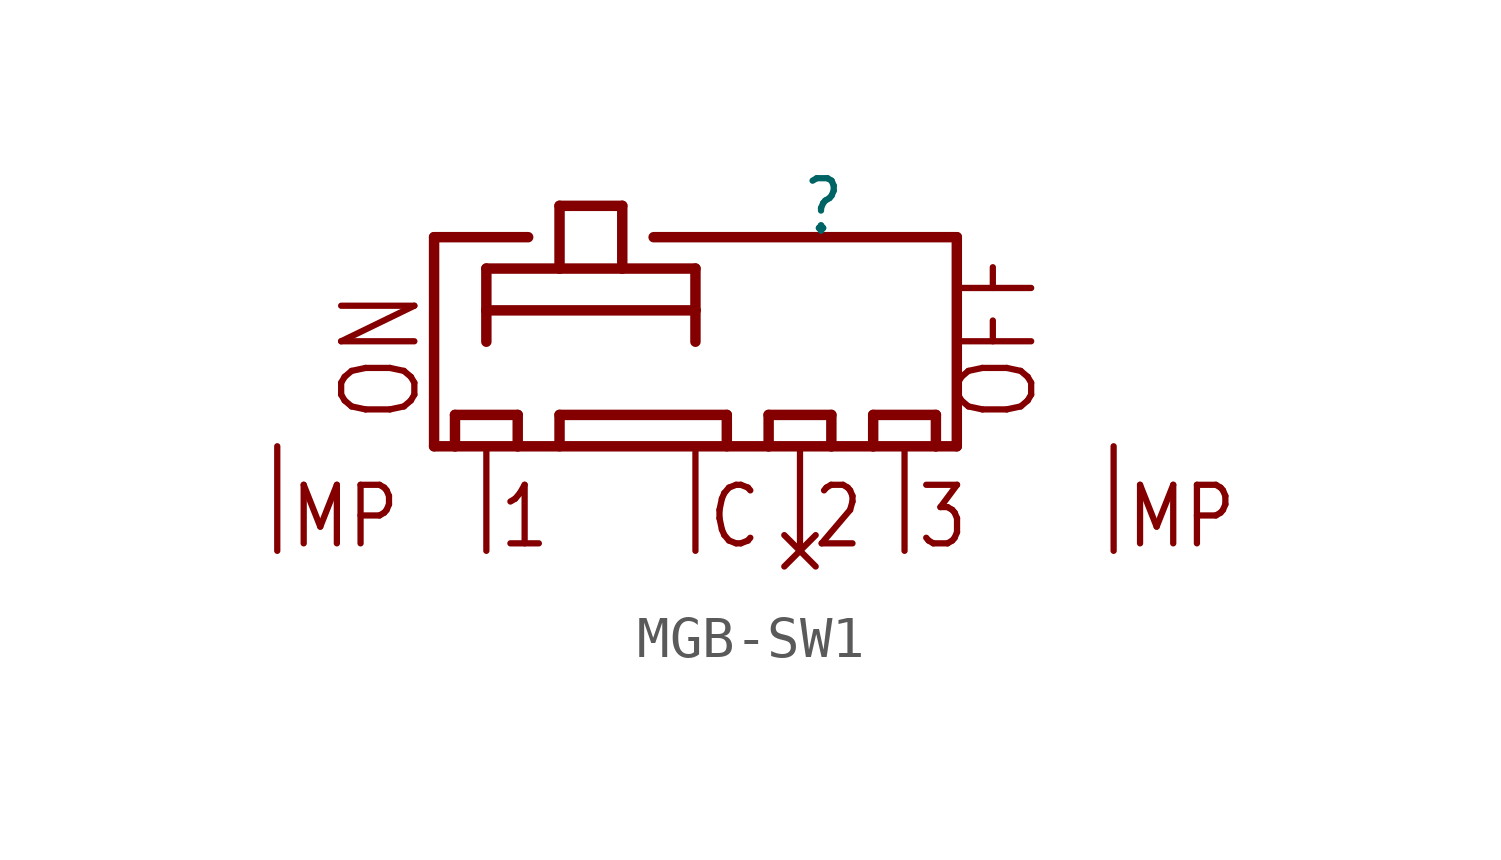
<source format=kicad_sym>
(kicad_symbol_lib
  (version 20241209)
  (generator "kicad_symbol_editor")
  (generator_version "9.0")
  (symbol "MGB-SW1"
    (property "Reference" ""
      (at 7.62 0 0)
      (effects (font (size 1.27 1.079)) (justify left bottom)))
    (property "ki_locked" ""
      (at 0 0 0)
      (effects (font (size 1.27 1.27))))
    (symbol "MGB-SW1_1_0"
      (polyline (pts (xy -1.27 0) (xy -1.27 -5.08)) (stroke (width 0.254) (type solid)) (fill (type none)))
      (polyline (pts (xy -1.27 0) (xy 1.016 0)) (stroke (width 0.254) (type solid)) (fill (type none)))
      (polyline (pts (xy -1.27 -5.08) (xy -0.762 -5.08)) (stroke (width 0.254) (type solid)) (fill (type none)))
      (polyline (pts (xy -0.762 -4.318) (xy 0.762 -4.318)) (stroke (width 0.254) (type solid)) (fill (type none)))
      (polyline (pts (xy -0.762 -5.08) (xy -0.762 -4.318)) (stroke (width 0.254) (type solid)) (fill (type none)))
      (polyline (pts (xy -0.762 -5.08) (xy 0.762 -5.08)) (stroke (width 0.254) (type solid)) (fill (type none)))
      (polyline (pts (xy 0 -0.762) (xy 1.778 -0.762)) (stroke (width 0.254) (type solid)) (fill (type none)))
      (polyline (pts (xy 0 -1.778) (xy 0 -0.762)) (stroke (width 0.254) (type solid)) (fill (type none)))
      (polyline (pts (xy 0 -1.778) (xy 5.08 -1.778)) (stroke (width 0.254) (type solid)) (fill (type none)))
      (polyline (pts (xy 0 -2.54) (xy 0 -1.778)) (stroke (width 0.254) (type solid)) (fill (type none)))
      (polyline (pts (xy 0.762 -4.318) (xy 0.762 -5.08)) (stroke (width 0.254) (type solid)) (fill (type none)))
      (polyline (pts (xy 0.762 -5.08) (xy 6.858 -5.08)) (stroke (width 0.254) (type solid)) (fill (type none)))
      (polyline (pts (xy 1.778 0.762) (xy 3.302 0.762)) (stroke (width 0.254) (type solid)) (fill (type none)))
      (polyline (pts (xy 1.778 -0.762) (xy 1.778 0.762)) (stroke (width 0.254) (type solid)) (fill (type none)))
      (polyline (pts (xy 1.778 -0.762) (xy 3.302 -0.762)) (stroke (width 0.254) (type solid)) (fill (type none)))
      (polyline (pts (xy 1.778 -4.318) (xy 5.842 -4.318)) (stroke (width 0.254) (type solid)) (fill (type none)))
      (polyline (pts (xy 1.778 -5.08) (xy 1.778 -4.318)) (stroke (width 0.254) (type solid)) (fill (type none)))
      (polyline (pts (xy 3.302 0.762) (xy 3.302 -0.762)) (stroke (width 0.254) (type solid)) (fill (type none)))
      (polyline (pts (xy 3.302 -0.762) (xy 5.08 -0.762)) (stroke (width 0.254) (type solid)) (fill (type none)))
      (polyline (pts (xy 4.064 0) (xy 11.43 0)) (stroke (width 0.254) (type solid)) (fill (type none)))
      (polyline (pts (xy 5.08 -0.762) (xy 5.08 -1.778)) (stroke (width 0.254) (type solid)) (fill (type none)))
      (polyline (pts (xy 5.08 -1.778) (xy 5.08 -2.54)) (stroke (width 0.254) (type solid)) (fill (type none)))
      (polyline (pts (xy 5.842 -4.318) (xy 5.842 -5.08)) (stroke (width 0.254) (type solid)) (fill (type none)))
      (polyline (pts (xy 6.858 -4.318) (xy 8.382 -4.318)) (stroke (width 0.254) (type solid)) (fill (type none)))
      (polyline (pts (xy 6.858 -5.08) (xy 6.858 -4.318)) (stroke (width 0.254) (type solid)) (fill (type none)))
      (polyline (pts (xy 6.858 -5.08) (xy 8.382 -5.08)) (stroke (width 0.254) (type solid)) (fill (type none)))
      (polyline (pts (xy 8.382 -4.318) (xy 8.382 -5.08)) (stroke (width 0.254) (type solid)) (fill (type none)))
      (polyline (pts (xy 8.382 -5.08) (xy 9.398 -5.08)) (stroke (width 0.254) (type solid)) (fill (type none)))
      (polyline (pts (xy 9.398 -4.318) (xy 10.922 -4.318)) (stroke (width 0.254) (type solid)) (fill (type none)))
      (polyline (pts (xy 9.398 -5.08) (xy 9.398 -4.318)) (stroke (width 0.254) (type solid)) (fill (type none)))
      (polyline (pts (xy 9.398 -5.08) (xy 10.922 -5.08)) (stroke (width 0.254) (type solid)) (fill (type none)))
      (polyline (pts (xy 10.922 -4.318) (xy 10.922 -5.08)) (stroke (width 0.254) (type solid)) (fill (type none)))
      (polyline (pts (xy 10.922 -5.08) (xy 11.43 -5.08)) (stroke (width 0.254) (type solid)) (fill (type none)))
      (polyline (pts (xy 11.43 -5.08) (xy 11.43 0)) (stroke (width 0.254) (type solid)) (fill (type none)))
      (text "MP" (at -4.826 -7.62 0) (effects (font (size 1.422 1.209)) (justify left bottom)))
      (text "ON" (at -1.524 -4.572 900) (effects (font (size 1.778 1.511)) (justify left bottom)))
      (text "1" (at 0.254 -7.62 0) (effects (font (size 1.422 1.209)) (justify left bottom)))
      (text "C" (at 5.334 -7.62 0) (effects (font (size 1.422 1.209)) (justify left bottom)))
      (text "2" (at 7.874 -7.62 0) (effects (font (size 1.422 1.209)) (justify left bottom)))
      (text "3" (at 10.414 -7.62 0) (effects (font (size 1.422 1.209)) (justify left bottom)))
      (text "OFF" (at 13.462 -4.572 900) (effects (font (size 1.778 1.511)) (justify left bottom)))
      (text "MP" (at 15.494 -7.62 0) (effects (font (size 1.422 1.209)) (justify left bottom)))
      (pin power_in line (at -5.08 -7.62 90) (length 2.54) (name "MP1" (effects (font (size 0 0)))) (number "P$MP1" (effects (font (size 0 0)))))
      (pin bidirectional line (at 0 -7.62 90) (length 2.54) (name "1" (effects (font (size 0 0)))) (number "P$1" (effects (font (size 0 0)))))
      (pin bidirectional line (at 5.08 -7.62 90) (length 2.54) (name "C" (effects (font (size 0 0)))) (number "P$C" (effects (font (size 0 0)))))
      (pin no_connect line (at 7.62 -7.62 90) (length 2.54) (name "2" (effects (font (size 0 0)))) (number "P$2" (effects (font (size 0 0)))))
      (pin bidirectional line (at 10.16 -7.62 90) (length 2.54) (name "3" (effects (font (size 0 0)))) (number "P$3" (effects (font (size 0 0)))))
      (pin power_in line (at 15.24 -7.62 90) (length 2.54) (name "MP2" (effects (font (size 0 0)))) (number "P$MP2" (effects (font (size 0 0))))))))
</source>
